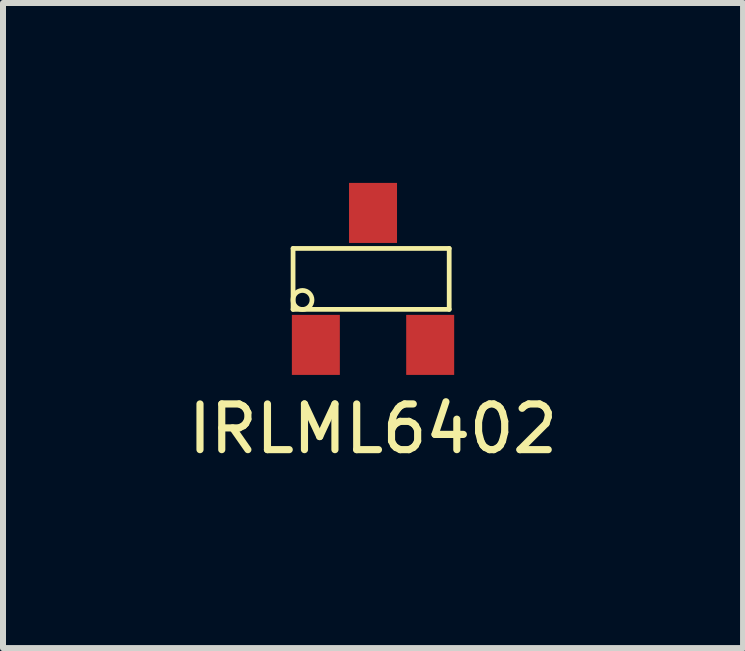
<source format=kicad_pcb>
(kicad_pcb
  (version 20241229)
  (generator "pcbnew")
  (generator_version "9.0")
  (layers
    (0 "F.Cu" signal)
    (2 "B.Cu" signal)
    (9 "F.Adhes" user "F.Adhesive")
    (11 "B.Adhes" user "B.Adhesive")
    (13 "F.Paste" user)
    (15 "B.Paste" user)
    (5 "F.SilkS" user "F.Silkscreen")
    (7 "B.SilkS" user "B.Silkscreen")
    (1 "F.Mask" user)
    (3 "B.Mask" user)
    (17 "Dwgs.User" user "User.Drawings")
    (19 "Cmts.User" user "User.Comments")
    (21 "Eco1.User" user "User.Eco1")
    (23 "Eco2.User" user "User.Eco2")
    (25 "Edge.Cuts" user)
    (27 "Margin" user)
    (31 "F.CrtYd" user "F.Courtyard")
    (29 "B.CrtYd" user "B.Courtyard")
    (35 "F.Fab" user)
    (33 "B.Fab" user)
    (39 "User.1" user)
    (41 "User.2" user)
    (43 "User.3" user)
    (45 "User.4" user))
  (footprint "IRLML6402"
    (layer "F.Cu")
    (at 3.169 1.6)
    (property "Reference" "IRLML6402" (at 0 2.5 0) (layer "F.SilkS") (effects (font (size 0.762 0.762) (thickness 0.119))))
    (attr through_hole)
    (fp_line (start -1.333 -0.508) (end -1.333 0.508) (stroke (width 0.079) (type solid)) (layer "F.SilkS"))
    (fp_line (start -1.333 -0.508) (end 1.27 -0.508) (stroke (width 0.079) (type solid)) (layer "F.SilkS"))
    (fp_line (start 1.27 -0.508) (end 1.27 0.508) (stroke (width 0.079) (type solid)) (layer "F.SilkS"))
    (fp_line (start 1.27 0.508) (end -1.333 0.508) (stroke (width 0.079) (type solid)) (layer "F.SilkS"))
    (fp_circle (center -1.176 0.351) (end -1.3 0.45) (stroke (width 0.079) (type solid)) (fill no) (layer "F.SilkS"))
    (pad "D" smd rect (at 0 -1.1) (size 0.8 1.001) (layers "F.Cu" "F.Mask" "F.Paste"))
    (pad "G" smd rect (at -0.953 1.1) (size 0.8 1.001) (layers "F.Cu" "F.Mask" "F.Paste"))
    (pad "S" smd rect (at 0.953 1.1) (size 0.8 1.001) (layers "F.Cu" "F.Mask" "F.Paste")))
  (gr_rect
    (start -3 -3)
    (end 9.338 7.755)
    (stroke (width 0.1) (type default))
    (fill no)
    (layer "Edge.Cuts")))
</source>
